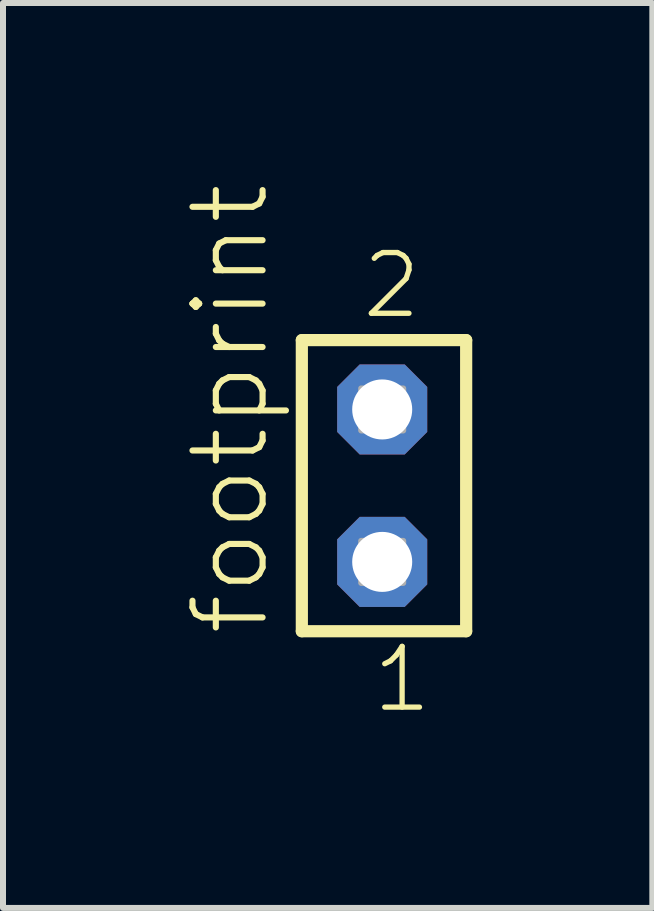
<source format=kicad_pcb>
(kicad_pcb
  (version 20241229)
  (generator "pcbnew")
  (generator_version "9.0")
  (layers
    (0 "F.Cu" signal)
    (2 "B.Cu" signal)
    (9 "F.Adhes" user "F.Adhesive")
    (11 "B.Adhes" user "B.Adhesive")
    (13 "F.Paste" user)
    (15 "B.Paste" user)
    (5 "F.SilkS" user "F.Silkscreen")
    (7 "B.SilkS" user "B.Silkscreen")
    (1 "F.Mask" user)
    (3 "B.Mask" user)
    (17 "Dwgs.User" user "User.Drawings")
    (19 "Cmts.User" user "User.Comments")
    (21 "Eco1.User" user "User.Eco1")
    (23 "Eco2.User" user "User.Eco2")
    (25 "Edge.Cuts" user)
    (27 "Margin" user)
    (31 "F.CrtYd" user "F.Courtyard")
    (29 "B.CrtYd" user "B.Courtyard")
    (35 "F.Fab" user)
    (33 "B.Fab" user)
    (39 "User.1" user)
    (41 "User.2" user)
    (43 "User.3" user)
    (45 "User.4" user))
  (footprint "footprint"
    (layer "F.Cu")
    (at 3.298 5.042)
    (property "Reference" "footprint" (at -1.825 2.54 90) (layer "F.SilkS") (effects (font (size 1.168 1.168) (thickness 0.102)) (justify left bottom)))
    (fp_line (start -1.319 -2.425) (end 1.419 -2.425) (stroke (width 0.203) (type solid)) (layer "F.SilkS"))
    (fp_line (start -1.319 2.425) (end -1.319 -2.425) (stroke (width 0.203) (type solid)) (layer "F.SilkS"))
    (fp_line (start 1.419 -2.425) (end 1.419 2.425) (stroke (width 0.203) (type solid)) (layer "F.SilkS"))
    (fp_line (start 1.419 2.425) (end -1.319 2.425) (stroke (width 0.203) (type solid)) (layer "F.SilkS"))
    (fp_poly (pts (xy -0.33 -0.92) (xy 0.37 -0.92) (xy 0.37 -1.62) (xy -0.33 -1.62)) (stroke (width 0.1) (type solid)) (fill no) (layer "F.Fab"))
    (fp_poly (pts (xy -0.33 1.62) (xy 0.37 1.62) (xy 0.37 0.92) (xy -0.33 0.92)) (stroke (width 0.1) (type solid)) (fill no) (layer "F.Fab"))
    (fp_text user "1" (at -0.188 3.818 0) (layer "F.SilkS") (effects (font (size 1.012 1.012) (thickness 0.088)) (justify left bottom)))
    (fp_text user "2" (at -0.363 -2.744 0) (layer "F.SilkS") (effects (font (size 1.012 1.012) (thickness 0.088)) (justify left bottom)))
    (pad "1" thru_hole roundrect (at 0.02 1.27 180) (size 1.5 1.5) (drill 1) (layers "*.Cu" "*.Mask") (roundrect_rratio 0.25) (chamfer_ratio 0.25) (chamfer top_left top_right bottom_left bottom_right))
    (pad "2" thru_hole roundrect (at 0.02 -1.27 180) (size 1.5 1.5) (drill 1) (layers "*.Cu" "*.Mask") (roundrect_rratio 0.25) (chamfer_ratio 0.25) (chamfer top_left top_right bottom_left bottom_right)))
  (gr_rect
    (start -3 -3)
    (end 7.819 12.077)
    (stroke (width 0.1) (type default))
    (fill no)
    (layer "Edge.Cuts")))
</source>
